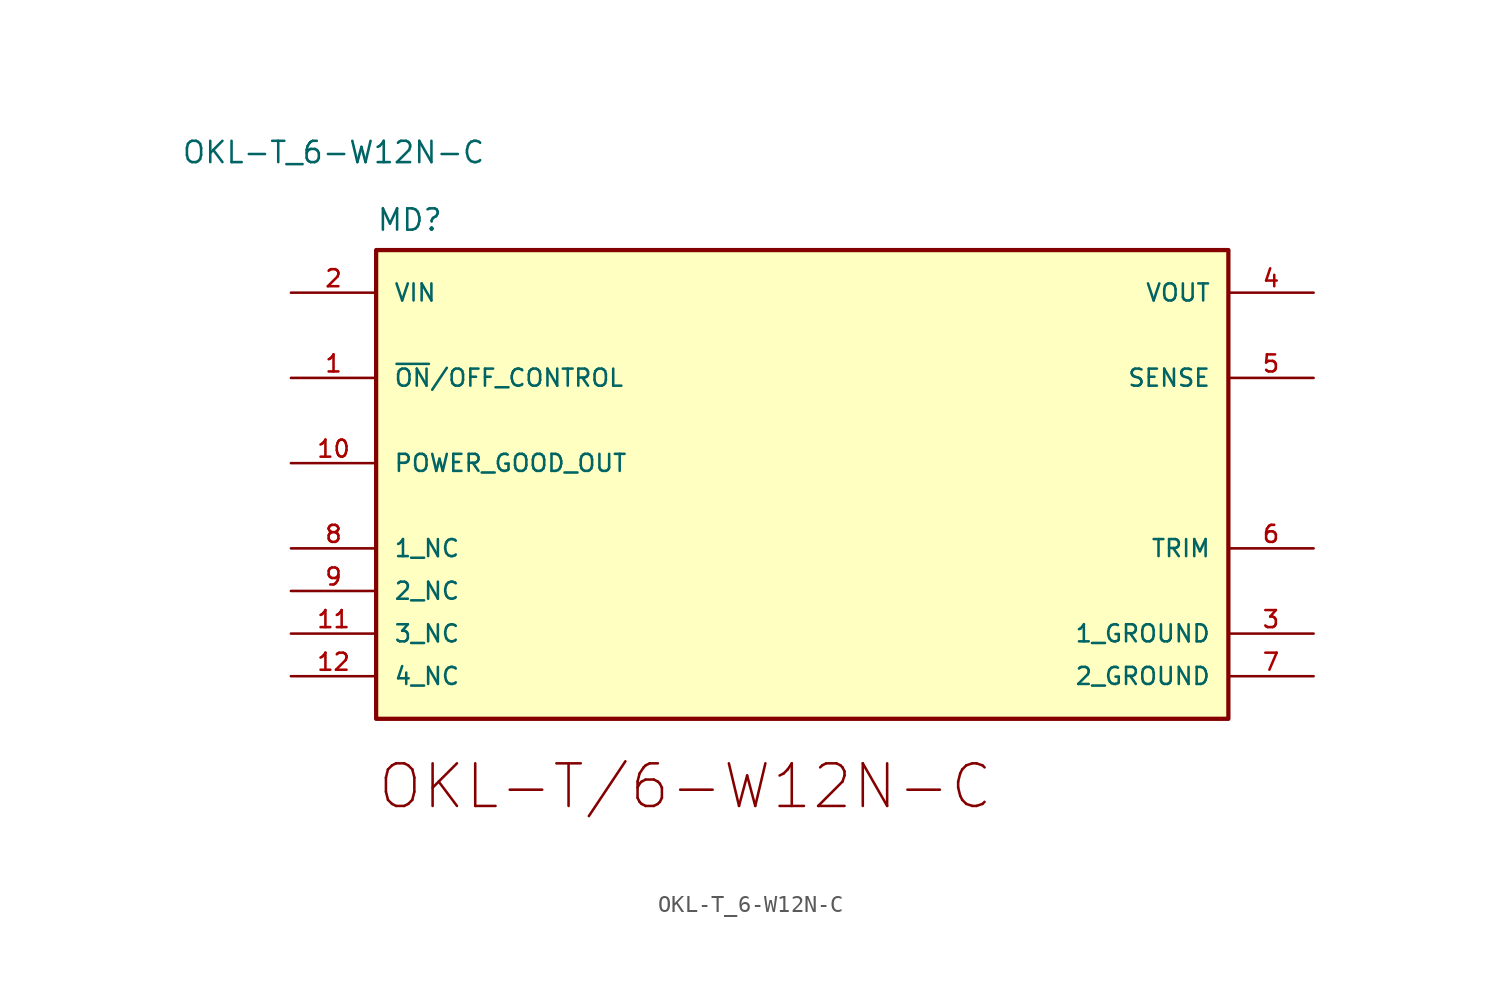
<source format=kicad_sym>
(kicad_symbol_lib
  (version 20211014)
  (generator kicad_symbol_editor)
  (symbol "OKL-T_6-W12N-C"
    (pin_names
      (offset 1.016))
    (property "Reference" "MD"
      (at 2.54 -2.54 0)
      (effects (font (size 1.27 1.27)) (justify top left)))
    (property "Value" "OKL-T_6-W12N-C"
      (at 0 0.0 0)
      (effects (font (size 1.27 1.27)) (justify bottom)))
    (symbol "OKL-T_6-W12N-C_0_0"
      (text "OKL-T/6-W12N-C" (at 2.54 -35.56 0) (effects (font (size 2.54 2.54)) (justify top left)))
      (rectangle (start 2.54 -33.02) (end 53.34 -5.08) (stroke (width 0.254)) (fill (type background)))
      (pin bidirectional line (at -2.54 -7.62 0) (length 5.08) (name "VIN" (effects (font (size 1.016 1.016)))) (number "2" (effects (font (size 1.016 1.016)))))
      (pin power_in line (at 58.42 -27.94 180.0) (length 5.08) (name "1_GROUND" (effects (font (size 1.016 1.016)))) (number "3" (effects (font (size 1.016 1.016)))))
      (pin power_in line (at 58.42 -30.48 180.0) (length 5.08) (name "2_GROUND" (effects (font (size 1.016 1.016)))) (number "7" (effects (font (size 1.016 1.016)))))
      (pin bidirectional line (at -2.54 -12.7 0) (length 5.08) (name "~{ON}/OFF_CONTROL" (effects (font (size 1.016 1.016)))) (number "1" (effects (font (size 1.016 1.016)))))
      (pin open_collector line (at -2.54 -17.78 0) (length 5.08) (name "POWER_GOOD_OUT" (effects (font (size 1.016 1.016)))) (number "10" (effects (font (size 1.016 1.016)))))
      (pin passive line (at 58.42 -12.7 180.0) (length 5.08) (name "SENSE" (effects (font (size 1.016 1.016)))) (number "5" (effects (font (size 1.016 1.016)))))
      (pin passive line (at -2.54 -25.4 0) (length 5.08) (name "2_NC" (effects (font (size 1.016 1.016)))) (number "9" (effects (font (size 1.016 1.016)))))
      (pin passive line (at 58.42 -22.86 180.0) (length 5.08) (name "TRIM" (effects (font (size 1.016 1.016)))) (number "6" (effects (font (size 1.016 1.016)))))
      (pin bidirectional line (at 58.42 -7.62 180.0) (length 5.08) (name "VOUT" (effects (font (size 1.016 1.016)))) (number "4" (effects (font (size 1.016 1.016)))))
      (pin passive line (at -2.54 -22.86 0) (length 5.08) (name "1_NC" (effects (font (size 1.016 1.016)))) (number "8" (effects (font (size 1.016 1.016)))))
      (pin passive line (at -2.54 -27.94 0) (length 5.08) (name "3_NC" (effects (font (size 1.016 1.016)))) (number "11" (effects (font (size 1.016 1.016)))))
      (pin passive line (at -2.54 -30.48 0) (length 5.08) (name "4_NC" (effects (font (size 1.016 1.016)))) (number "12" (effects (font (size 1.016 1.016))))))))
</source>
